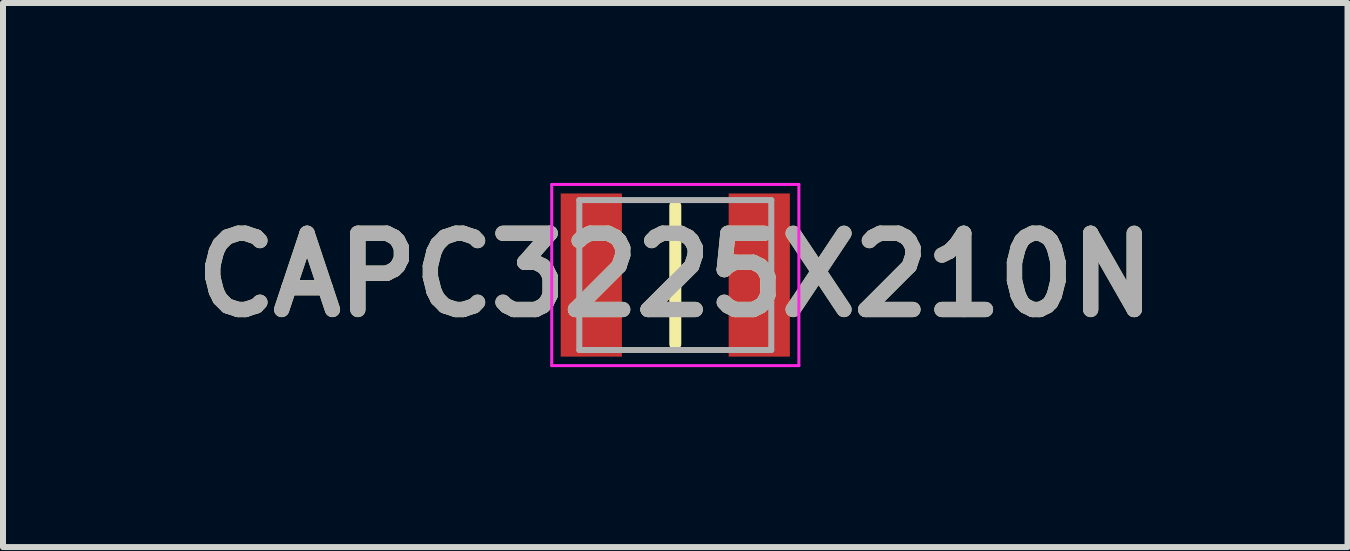
<source format=kicad_pcb>
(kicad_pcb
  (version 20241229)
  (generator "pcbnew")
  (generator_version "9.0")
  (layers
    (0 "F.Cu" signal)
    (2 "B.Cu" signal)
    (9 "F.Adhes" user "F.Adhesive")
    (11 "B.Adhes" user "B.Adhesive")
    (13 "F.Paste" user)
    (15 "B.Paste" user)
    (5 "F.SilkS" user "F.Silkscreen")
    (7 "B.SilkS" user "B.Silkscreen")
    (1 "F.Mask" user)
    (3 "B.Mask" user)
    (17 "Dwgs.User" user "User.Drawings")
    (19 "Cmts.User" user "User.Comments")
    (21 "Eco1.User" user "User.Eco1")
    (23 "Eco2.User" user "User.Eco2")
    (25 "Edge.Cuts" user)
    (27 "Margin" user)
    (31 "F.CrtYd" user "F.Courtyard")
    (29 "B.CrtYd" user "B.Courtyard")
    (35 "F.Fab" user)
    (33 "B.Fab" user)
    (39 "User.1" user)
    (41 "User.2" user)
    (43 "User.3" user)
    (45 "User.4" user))
  (footprint "CAPC3225X210N"
    (layer "F.Cu")
    (at 8.207 1.535)
    (property "Reference" "CAPC3225X210N" (at 0 0 0) (layer "F.SilkS") (effects (font (size 1.27 1.27) (thickness 0.254))))
    (attr smd)
    (fp_line (start 0 -1.15) (end 0 1.15) (stroke (width 0.2) (type solid)) (layer "F.SilkS"))
    (fp_line (start -2.06 -1.51) (end 2.06 -1.51) (stroke (width 0.05) (type solid)) (layer "F.CrtYd"))
    (fp_line (start -2.06 1.51) (end -2.06 -1.51) (stroke (width 0.05) (type solid)) (layer "F.CrtYd"))
    (fp_line (start 2.06 -1.51) (end 2.06 1.51) (stroke (width 0.05) (type solid)) (layer "F.CrtYd"))
    (fp_line (start 2.06 1.51) (end -2.06 1.51) (stroke (width 0.05) (type solid)) (layer "F.CrtYd"))
    (fp_line (start -1.6 -1.25) (end 1.6 -1.25) (stroke (width 0.1) (type solid)) (layer "F.Fab"))
    (fp_line (start -1.6 1.25) (end -1.6 -1.25) (stroke (width 0.1) (type solid)) (layer "F.Fab"))
    (fp_line (start 1.6 -1.25) (end 1.6 1.25) (stroke (width 0.1) (type solid)) (layer "F.Fab"))
    (fp_line (start 1.6 1.25) (end -1.6 1.25) (stroke (width 0.1) (type solid)) (layer "F.Fab"))
    (fp_text user "${REFERENCE}" (at 0 0 0) (layer "F.Fab") (effects (font (size 1.27 1.27) (thickness 0.254))))
    (pad "1" smd rect (at -1.4 0) (size 1.02 2.72) (layers "F.Cu" "F.Mask" "F.Paste"))
    (pad "2" smd rect (at 1.4 0) (size 1.02 2.72) (layers "F.Cu" "F.Mask" "F.Paste")))
  (gr_rect
    (start -3 -3)
    (end 19.413 6.07)
    (stroke (width 0.1) (type default))
    (fill no)
    (layer "Edge.Cuts")))
</source>
